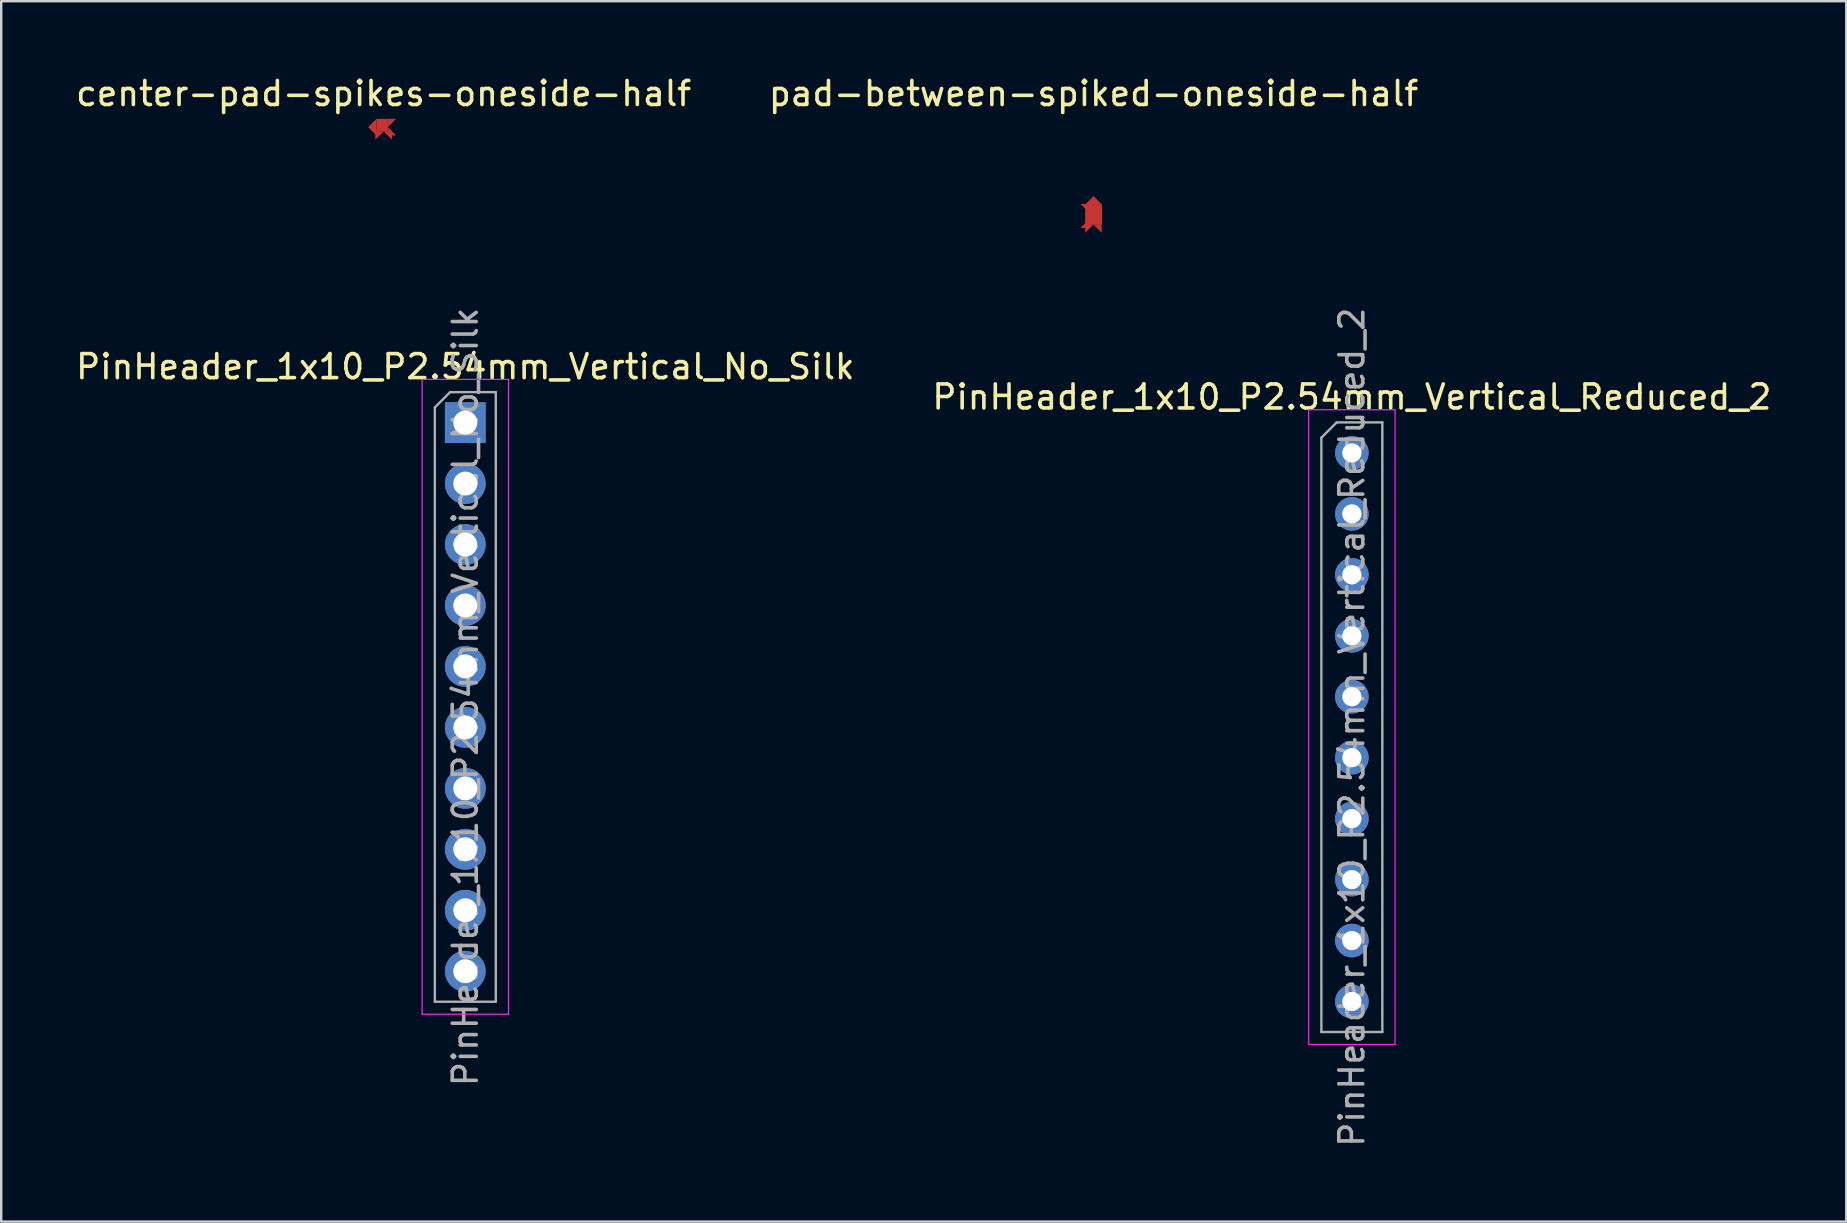
<source format=kicad_pcb>
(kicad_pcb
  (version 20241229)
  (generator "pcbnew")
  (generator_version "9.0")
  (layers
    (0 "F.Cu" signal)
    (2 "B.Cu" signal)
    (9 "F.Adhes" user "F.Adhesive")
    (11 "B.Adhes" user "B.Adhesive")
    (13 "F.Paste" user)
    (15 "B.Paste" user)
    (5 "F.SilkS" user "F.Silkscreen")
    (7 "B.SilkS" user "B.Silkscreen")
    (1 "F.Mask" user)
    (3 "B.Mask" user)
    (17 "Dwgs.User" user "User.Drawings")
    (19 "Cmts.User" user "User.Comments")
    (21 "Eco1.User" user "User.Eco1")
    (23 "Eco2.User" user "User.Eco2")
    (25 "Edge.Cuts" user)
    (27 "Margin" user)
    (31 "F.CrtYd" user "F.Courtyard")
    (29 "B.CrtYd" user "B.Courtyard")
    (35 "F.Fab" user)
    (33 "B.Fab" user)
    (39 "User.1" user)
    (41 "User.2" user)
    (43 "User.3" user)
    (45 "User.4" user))
  (footprint "PinHeader_1x10_P2.54mm_Vertical_No_Silk"
    (layer "F.Cu")
    (at 16.339 14.56)
    (property "Reference" "PinHeader_1x10_P2.54mm_Vertical_No_Silk" (at 0 -2.33 0) (layer "F.SilkS") (effects (font (size 1 1) (thickness 0.15))))
    (attr through_hole)
    (fp_line (start -1.8 -1.8) (end -1.8 24.65) (stroke (width 0.05) (type solid)) (layer "F.CrtYd"))
    (fp_line (start -1.8 24.65) (end 1.8 24.65) (stroke (width 0.05) (type solid)) (layer "F.CrtYd"))
    (fp_line (start 1.8 -1.8) (end -1.8 -1.8) (stroke (width 0.05) (type solid)) (layer "F.CrtYd"))
    (fp_line (start 1.8 24.65) (end 1.8 -1.8) (stroke (width 0.05) (type solid)) (layer "F.CrtYd"))
    (fp_line (start -1.27 -0.635) (end -0.635 -1.27) (stroke (width 0.1) (type solid)) (layer "F.Fab"))
    (fp_line (start -1.27 24.13) (end -1.27 -0.635) (stroke (width 0.1) (type solid)) (layer "F.Fab"))
    (fp_line (start -0.635 -1.27) (end 1.27 -1.27) (stroke (width 0.1) (type solid)) (layer "F.Fab"))
    (fp_line (start 1.27 -1.27) (end 1.27 24.13) (stroke (width 0.1) (type solid)) (layer "F.Fab"))
    (fp_line (start 1.27 24.13) (end -1.27 24.13) (stroke (width 0.1) (type solid)) (layer "F.Fab"))
    (fp_text user "${REFERENCE}" (at 0 11.43 90) (layer "F.Fab") (effects (font (size 1 1) (thickness 0.15))))
    (pad "1" thru_hole rect (at 0 0) (size 1.7 1.7) (drill 1) (layers "*.Cu" "*.Mask"))
    (pad "2" thru_hole oval (at 0 2.54) (size 1.7 1.7) (drill 1) (layers "*.Cu" "*.Mask"))
    (pad "3" thru_hole oval (at 0 5.08) (size 1.7 1.7) (drill 1) (layers "*.Cu" "*.Mask"))
    (pad "4" thru_hole oval (at 0 7.62) (size 1.7 1.7) (drill 1) (layers "*.Cu" "*.Mask"))
    (pad "5" thru_hole oval (at 0 10.16) (size 1.7 1.7) (drill 1) (layers "*.Cu" "*.Mask"))
    (pad "6" thru_hole oval (at 0 12.7) (size 1.7 1.7) (drill 1) (layers "*.Cu" "*.Mask"))
    (pad "7" thru_hole oval (at 0 15.24) (size 1.7 1.7) (drill 1) (layers "*.Cu" "*.Mask"))
    (pad "8" thru_hole oval (at 0 17.78) (size 1.7 1.7) (drill 1) (layers "*.Cu" "*.Mask"))
    (pad "9" thru_hole oval (at 0 20.32) (size 1.7 1.7) (drill 1) (layers "*.Cu" "*.Mask"))
    (pad "10" thru_hole oval (at 0 22.86) (size 1.7 1.7) (drill 1) (layers "*.Cu" "*.Mask")))
  (footprint "center-pad-spikes-oneside-half"
    (layer "F.Cu")
    (at 12.935 2.248)
    (property "Reference" "center-pad-spikes-oneside-half" (at 0 -1.4 0) (layer "F.SilkS") (effects (font (size 1 1) (thickness 0.15))))
    (attr through_hole)
    (pad "1" smd trapezoid (at -0.47 0 90) (size 0.35 0.35) (rect_delta 0 0.35) (layers "F.Cu" "F.Mask"))
    (pad "1" smd trapezoid (at -0.26 0.26 45) (size 0.247 0.247) (rect_delta 0 0.247) (layers "F.Cu" "F.Mask"))
    (pad "1" smd rect (at -0.06 -0.085) (size 0.47 0.52) (layers "F.Cu" "F.Mask"))
    (pad "1" smd trapezoid (at 0.26 -0.26 45) (size 0.247 0.247) (rect_delta 0 0.247) (layers "F.Cu" "F.Mask"))
    (pad "1" smd trapezoid (at 0.26 0.26 315) (size 0.247 0.247) (rect_delta 0 0.247) (layers "F.Cu" "F.Mask"))
    (pad "1" smd trapezoid (at 0.26 0.26 135) (size 0.247 0.247) (rect_delta 0 0.247) (layers "F.Cu" "F.Mask")))
  (footprint "PinHeader_1x10_P2.54mm_Vertical_Reduced_2"
    (layer "F.Cu")
    (at 53.28 15.822)
    (property "Reference" "PinHeader_1x10_P2.54mm_Vertical_Reduced_2" (at 0 -2.33 0) (layer "F.SilkS") (effects (font (size 1 1) (thickness 0.15))))
    (attr through_hole)
    (fp_line (start -1.8 -1.8) (end -1.8 24.65) (stroke (width 0.05) (type solid)) (layer "F.CrtYd"))
    (fp_line (start -1.8 24.65) (end 1.8 24.65) (stroke (width 0.05) (type solid)) (layer "F.CrtYd"))
    (fp_line (start 1.8 -1.8) (end -1.8 -1.8) (stroke (width 0.05) (type solid)) (layer "F.CrtYd"))
    (fp_line (start 1.8 24.65) (end 1.8 -1.8) (stroke (width 0.05) (type solid)) (layer "F.CrtYd"))
    (fp_line (start -1.27 -0.635) (end -0.635 -1.27) (stroke (width 0.1) (type solid)) (layer "F.Fab"))
    (fp_line (start -1.27 24.13) (end -1.27 -0.635) (stroke (width 0.1) (type solid)) (layer "F.Fab"))
    (fp_line (start -0.635 -1.27) (end 1.27 -1.27) (stroke (width 0.1) (type solid)) (layer "F.Fab"))
    (fp_line (start 1.27 -1.27) (end 1.27 24.13) (stroke (width 0.1) (type solid)) (layer "F.Fab"))
    (fp_line (start 1.27 24.13) (end -1.27 24.13) (stroke (width 0.1) (type solid)) (layer "F.Fab"))
    (fp_text user "${REFERENCE}" (at 0 11.43 90) (layer "F.Fab") (effects (font (size 1 1) (thickness 0.15))))
    (pad "1" thru_hole circle (at 0 0) (size 1.4 1.4) (drill 0.8) (layers "*.Cu" "*.Mask"))
    (pad "2" thru_hole circle (at 0 2.54) (size 1.4 1.4) (drill 0.8) (layers "*.Cu" "*.Mask"))
    (pad "3" thru_hole circle (at 0 5.08) (size 1.4 1.4) (drill 0.8) (layers "*.Cu" "*.Mask"))
    (pad "4" thru_hole circle (at 0 7.62) (size 1.4 1.4) (drill 0.8) (layers "*.Cu" "*.Mask"))
    (pad "5" thru_hole circle (at 0 10.16) (size 1.4 1.4) (drill 0.8) (layers "*.Cu" "*.Mask"))
    (pad "6" thru_hole circle (at 0 12.7) (size 1.4 1.4) (drill 0.8) (layers "*.Cu" "*.Mask"))
    (pad "7" thru_hole circle (at 0 15.24) (size 1.4 1.4) (drill 0.8) (layers "*.Cu" "*.Mask"))
    (pad "8" thru_hole circle (at 0 17.78) (size 1.4 1.4) (drill 0.8) (layers "*.Cu" "*.Mask"))
    (pad "9" thru_hole circle (at 0 20.32) (size 1.4 1.4) (drill 0.8) (layers "*.Cu" "*.Mask"))
    (pad "10" thru_hole circle (at 0 22.86) (size 1.4 1.4) (drill 0.8) (layers "*.Cu" "*.Mask")))
  (footprint "pad-between-spiked-oneside-half"
    (layer "F.Cu")
    (at 42.518 5.948)
    (property "Reference" "pad-between-spiked-oneside-half" (at 0 -5.1 0) (layer "F.SilkS") (effects (font (size 1 1) (thickness 0.15))))
    (attr through_hole)
    (pad "1" smd trapezoid (at -0.26 0.44 45) (size 0.247 0.247) (rect_delta 0 0.247) (layers "F.Cu" "F.Mask"))
    (pad "1" smd trapezoid (at -0.25 -0.4 315) (size 0.283 0.283) (rect_delta 0 0.283) (layers "F.Cu" "F.Mask"))
    (pad "1" smd trapezoid (at -0.25 0.4 225) (size 0.283 0.283) (rect_delta 0 0.283) (layers "F.Cu" "F.Mask"))
    (pad "1" smd trapezoid (at 0 -0.65) (size 0.35 0.35) (rect_delta 0 0.35) (layers "F.Cu" "F.Mask"))
    (pad "1" smd rect (at 0 -0.06) (size 0.7 0.85) (layers "F.Cu" "F.Mask"))
    (pad "1" smd trapezoid (at 0.25 0.44 315) (size 0.247 0.247) (rect_delta 0 0.247) (layers "F.Cu" "F.Mask")))
  (gr_rect
    (start -3 -3)
    (end 73.881 47.853)
    (stroke (width 0.1) (type default))
    (fill no)
    (layer "Edge.Cuts")))
</source>
